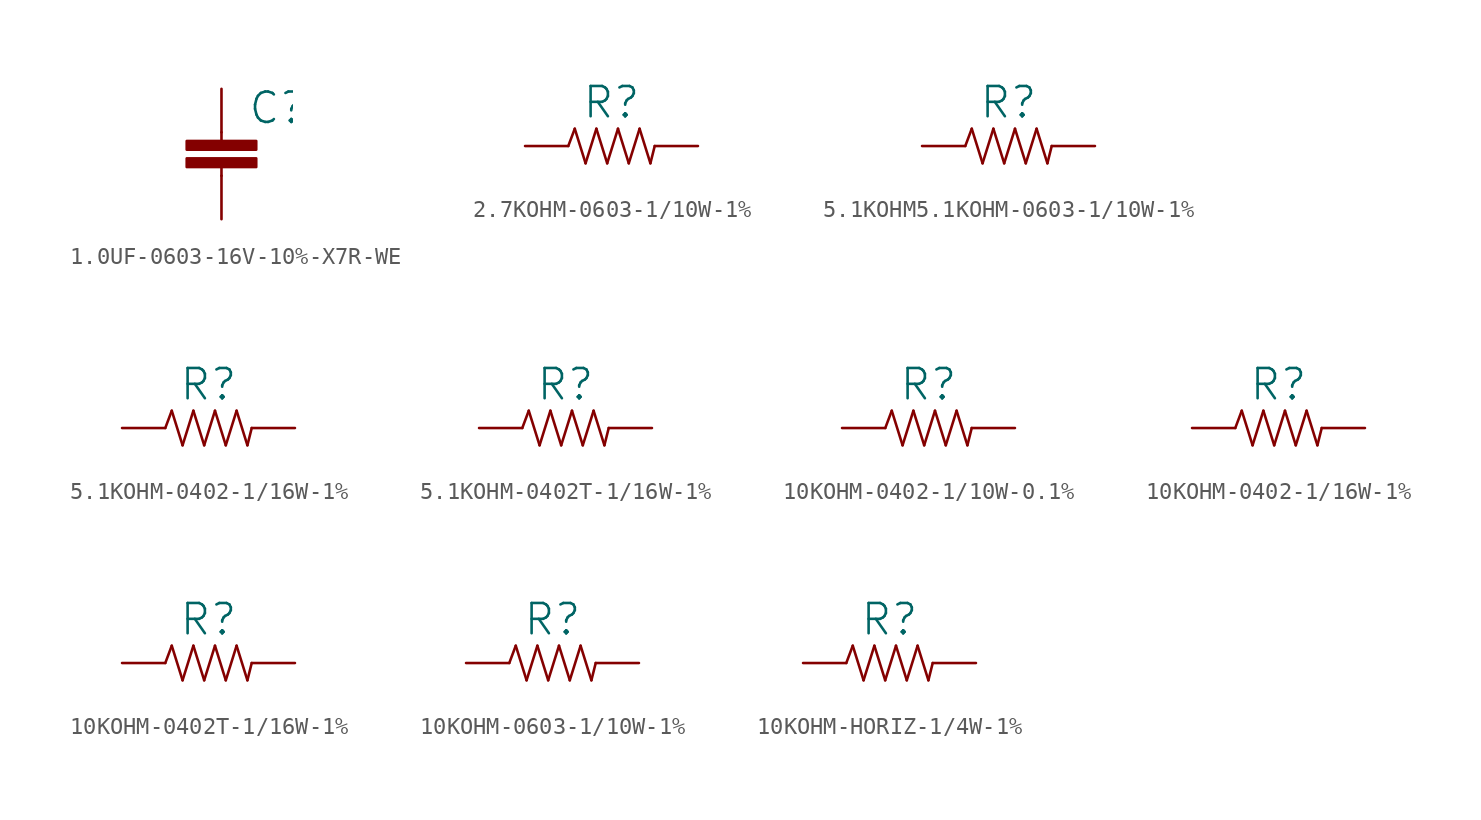
<source format=kicad_sym>
(kicad_symbol_lib
  (version 20220914)
  (generator kicad_symbol_editor)
  (symbol "1.0UF-0603-16V-10%-X7R-WE"
    (property "Reference" "C"
      (at 1.524 2.921 0)
      (effects (font (size 1.778 1.778)) (justify left bottom)))
    (property "Value" ""
      (at 1.524 -2.159 0)
      (effects (font (size 1.778 1.778)) (justify left bottom)))
    (property "ki_locked" ""
      (at 0 0 0)
      (effects (font (size 1.27 1.27))))
    (symbol "1.0UF-0603-16V-10%-X7R-WE_1_0"
      (rectangle (start -2.032 0.508) (end 2.032 1.016) (stroke (width 0) (type default)) (fill (type outline)))
      (rectangle (start -2.032 1.524) (end 2.032 2.032) (stroke (width 0) (type default)) (fill (type outline)))
      (polyline (pts (xy 0 0) (xy 0 0.508)) (stroke (width 0.152) (type solid)) (fill (type none)))
      (polyline (pts (xy 0 2.54) (xy 0 2.032)) (stroke (width 0.152) (type solid)) (fill (type none)))
      (pin passive line (at 0 5.08 270) (length 2.54) (name "1" (effects (font (size 0 0)))) (number "1" (effects (font (size 0 0)))))
      (pin passive line (at 0 -2.54 90) (length 2.54) (name "2" (effects (font (size 0 0)))) (number "2" (effects (font (size 0 0)))))))
  (symbol "2.7KOHM-0603-1/10W-1%"
    (property "Reference" "R"
      (at 0 1.524 0)
      (effects (font (size 1.778 1.778)) (justify bottom)))
    (property "Value" ""
      (at 0 -1.524 0)
      (effects (font (size 1.778 1.778)) (justify top)))
    (property "ki_locked" ""
      (at 0 0 0)
      (effects (font (size 1.27 1.27))))
    (symbol "2.7KOHM-0603-1/10W-1%_1_0"
      (polyline (pts (xy -2.54 0) (xy -2.159 1.016)) (stroke (width 0.152) (type solid)) (fill (type none)))
      (polyline (pts (xy -2.159 1.016) (xy -1.524 -1.016)) (stroke (width 0.152) (type solid)) (fill (type none)))
      (polyline (pts (xy -1.524 -1.016) (xy -0.889 1.016)) (stroke (width 0.152) (type solid)) (fill (type none)))
      (polyline (pts (xy -0.889 1.016) (xy -0.254 -1.016)) (stroke (width 0.152) (type solid)) (fill (type none)))
      (polyline (pts (xy -0.254 -1.016) (xy 0.381 1.016)) (stroke (width 0.152) (type solid)) (fill (type none)))
      (polyline (pts (xy 0.381 1.016) (xy 1.016 -1.016)) (stroke (width 0.152) (type solid)) (fill (type none)))
      (polyline (pts (xy 1.016 -1.016) (xy 1.651 1.016)) (stroke (width 0.152) (type solid)) (fill (type none)))
      (polyline (pts (xy 1.651 1.016) (xy 2.286 -1.016)) (stroke (width 0.152) (type solid)) (fill (type none)))
      (polyline (pts (xy 2.286 -1.016) (xy 2.54 0)) (stroke (width 0.152) (type solid)) (fill (type none)))
      (pin passive line (at -5.08 0 0) (length 2.54) (name "1" (effects (font (size 0 0)))) (number "1" (effects (font (size 0 0)))))
      (pin passive line (at 5.08 0 180) (length 2.54) (name "2" (effects (font (size 0 0)))) (number "2" (effects (font (size 0 0)))))))
  (symbol "5.1KOHM5.1KOHM-0603-1/10W-1%"
    (property "Reference" "R"
      (at 0 1.524 0)
      (effects (font (size 1.778 1.778)) (justify bottom)))
    (property "Value" ""
      (at 0 -1.524 0)
      (effects (font (size 1.778 1.778)) (justify top)))
    (property "ki_locked" ""
      (at 0 0 0)
      (effects (font (size 1.27 1.27))))
    (symbol "5.1KOHM5.1KOHM-0603-1/10W-1%_1_0"
      (polyline (pts (xy -2.54 0) (xy -2.159 1.016)) (stroke (width 0.152) (type solid)) (fill (type none)))
      (polyline (pts (xy -2.159 1.016) (xy -1.524 -1.016)) (stroke (width 0.152) (type solid)) (fill (type none)))
      (polyline (pts (xy -1.524 -1.016) (xy -0.889 1.016)) (stroke (width 0.152) (type solid)) (fill (type none)))
      (polyline (pts (xy -0.889 1.016) (xy -0.254 -1.016)) (stroke (width 0.152) (type solid)) (fill (type none)))
      (polyline (pts (xy -0.254 -1.016) (xy 0.381 1.016)) (stroke (width 0.152) (type solid)) (fill (type none)))
      (polyline (pts (xy 0.381 1.016) (xy 1.016 -1.016)) (stroke (width 0.152) (type solid)) (fill (type none)))
      (polyline (pts (xy 1.016 -1.016) (xy 1.651 1.016)) (stroke (width 0.152) (type solid)) (fill (type none)))
      (polyline (pts (xy 1.651 1.016) (xy 2.286 -1.016)) (stroke (width 0.152) (type solid)) (fill (type none)))
      (polyline (pts (xy 2.286 -1.016) (xy 2.54 0)) (stroke (width 0.152) (type solid)) (fill (type none)))
      (pin passive line (at -5.08 0 0) (length 2.54) (name "1" (effects (font (size 0 0)))) (number "1" (effects (font (size 0 0)))))
      (pin passive line (at 5.08 0 180) (length 2.54) (name "2" (effects (font (size 0 0)))) (number "2" (effects (font (size 0 0)))))))
  (symbol "5.1KOHM-0402-1/16W-1%"
    (property "Reference" "R"
      (at 0 1.524 0)
      (effects (font (size 1.778 1.778)) (justify bottom)))
    (property "Value" ""
      (at 0 -1.524 0)
      (effects (font (size 1.778 1.778)) (justify top)))
    (property "ki_locked" ""
      (at 0 0 0)
      (effects (font (size 1.27 1.27))))
    (symbol "5.1KOHM-0402-1/16W-1%_1_0"
      (polyline (pts (xy -2.54 0) (xy -2.159 1.016)) (stroke (width 0.152) (type solid)) (fill (type none)))
      (polyline (pts (xy -2.159 1.016) (xy -1.524 -1.016)) (stroke (width 0.152) (type solid)) (fill (type none)))
      (polyline (pts (xy -1.524 -1.016) (xy -0.889 1.016)) (stroke (width 0.152) (type solid)) (fill (type none)))
      (polyline (pts (xy -0.889 1.016) (xy -0.254 -1.016)) (stroke (width 0.152) (type solid)) (fill (type none)))
      (polyline (pts (xy -0.254 -1.016) (xy 0.381 1.016)) (stroke (width 0.152) (type solid)) (fill (type none)))
      (polyline (pts (xy 0.381 1.016) (xy 1.016 -1.016)) (stroke (width 0.152) (type solid)) (fill (type none)))
      (polyline (pts (xy 1.016 -1.016) (xy 1.651 1.016)) (stroke (width 0.152) (type solid)) (fill (type none)))
      (polyline (pts (xy 1.651 1.016) (xy 2.286 -1.016)) (stroke (width 0.152) (type solid)) (fill (type none)))
      (polyline (pts (xy 2.286 -1.016) (xy 2.54 0)) (stroke (width 0.152) (type solid)) (fill (type none)))
      (pin passive line (at -5.08 0 0) (length 2.54) (name "1" (effects (font (size 0 0)))) (number "1" (effects (font (size 0 0)))))
      (pin passive line (at 5.08 0 180) (length 2.54) (name "2" (effects (font (size 0 0)))) (number "2" (effects (font (size 0 0)))))))
  (symbol "5.1KOHM-0402T-1/16W-1%"
    (property "Reference" "R"
      (at 0 1.524 0)
      (effects (font (size 1.778 1.778)) (justify bottom)))
    (property "Value" ""
      (at 0 -1.524 0)
      (effects (font (size 1.778 1.778)) (justify top)))
    (property "ki_locked" ""
      (at 0 0 0)
      (effects (font (size 1.27 1.27))))
    (symbol "5.1KOHM-0402T-1/16W-1%_1_0"
      (polyline (pts (xy -2.54 0) (xy -2.159 1.016)) (stroke (width 0.152) (type solid)) (fill (type none)))
      (polyline (pts (xy -2.159 1.016) (xy -1.524 -1.016)) (stroke (width 0.152) (type solid)) (fill (type none)))
      (polyline (pts (xy -1.524 -1.016) (xy -0.889 1.016)) (stroke (width 0.152) (type solid)) (fill (type none)))
      (polyline (pts (xy -0.889 1.016) (xy -0.254 -1.016)) (stroke (width 0.152) (type solid)) (fill (type none)))
      (polyline (pts (xy -0.254 -1.016) (xy 0.381 1.016)) (stroke (width 0.152) (type solid)) (fill (type none)))
      (polyline (pts (xy 0.381 1.016) (xy 1.016 -1.016)) (stroke (width 0.152) (type solid)) (fill (type none)))
      (polyline (pts (xy 1.016 -1.016) (xy 1.651 1.016)) (stroke (width 0.152) (type solid)) (fill (type none)))
      (polyline (pts (xy 1.651 1.016) (xy 2.286 -1.016)) (stroke (width 0.152) (type solid)) (fill (type none)))
      (polyline (pts (xy 2.286 -1.016) (xy 2.54 0)) (stroke (width 0.152) (type solid)) (fill (type none)))
      (pin passive line (at -5.08 0 0) (length 2.54) (name "1" (effects (font (size 0 0)))) (number "1" (effects (font (size 0 0)))))
      (pin passive line (at 5.08 0 180) (length 2.54) (name "2" (effects (font (size 0 0)))) (number "2" (effects (font (size 0 0)))))))
  (symbol "10KOHM-0402-1/10W-0.1%"
    (property "Reference" "R"
      (at 0 1.524 0)
      (effects (font (size 1.778 1.778)) (justify bottom)))
    (property "Value" ""
      (at 0 -1.524 0)
      (effects (font (size 1.778 1.778)) (justify top)))
    (property "ki_locked" ""
      (at 0 0 0)
      (effects (font (size 1.27 1.27))))
    (symbol "10KOHM-0402-1/10W-0.1%_1_0"
      (polyline (pts (xy -2.54 0) (xy -2.159 1.016)) (stroke (width 0.152) (type solid)) (fill (type none)))
      (polyline (pts (xy -2.159 1.016) (xy -1.524 -1.016)) (stroke (width 0.152) (type solid)) (fill (type none)))
      (polyline (pts (xy -1.524 -1.016) (xy -0.889 1.016)) (stroke (width 0.152) (type solid)) (fill (type none)))
      (polyline (pts (xy -0.889 1.016) (xy -0.254 -1.016)) (stroke (width 0.152) (type solid)) (fill (type none)))
      (polyline (pts (xy -0.254 -1.016) (xy 0.381 1.016)) (stroke (width 0.152) (type solid)) (fill (type none)))
      (polyline (pts (xy 0.381 1.016) (xy 1.016 -1.016)) (stroke (width 0.152) (type solid)) (fill (type none)))
      (polyline (pts (xy 1.016 -1.016) (xy 1.651 1.016)) (stroke (width 0.152) (type solid)) (fill (type none)))
      (polyline (pts (xy 1.651 1.016) (xy 2.286 -1.016)) (stroke (width 0.152) (type solid)) (fill (type none)))
      (polyline (pts (xy 2.286 -1.016) (xy 2.54 0)) (stroke (width 0.152) (type solid)) (fill (type none)))
      (pin passive line (at -5.08 0 0) (length 2.54) (name "1" (effects (font (size 0 0)))) (number "1" (effects (font (size 0 0)))))
      (pin passive line (at 5.08 0 180) (length 2.54) (name "2" (effects (font (size 0 0)))) (number "2" (effects (font (size 0 0)))))))
  (symbol "10KOHM-0402-1/16W-1%"
    (property "Reference" "R"
      (at 0 1.524 0)
      (effects (font (size 1.778 1.778)) (justify bottom)))
    (property "Value" ""
      (at 0 -1.524 0)
      (effects (font (size 1.778 1.778)) (justify top)))
    (property "ki_locked" ""
      (at 0 0 0)
      (effects (font (size 1.27 1.27))))
    (symbol "10KOHM-0402-1/16W-1%_1_0"
      (polyline (pts (xy -2.54 0) (xy -2.159 1.016)) (stroke (width 0.152) (type solid)) (fill (type none)))
      (polyline (pts (xy -2.159 1.016) (xy -1.524 -1.016)) (stroke (width 0.152) (type solid)) (fill (type none)))
      (polyline (pts (xy -1.524 -1.016) (xy -0.889 1.016)) (stroke (width 0.152) (type solid)) (fill (type none)))
      (polyline (pts (xy -0.889 1.016) (xy -0.254 -1.016)) (stroke (width 0.152) (type solid)) (fill (type none)))
      (polyline (pts (xy -0.254 -1.016) (xy 0.381 1.016)) (stroke (width 0.152) (type solid)) (fill (type none)))
      (polyline (pts (xy 0.381 1.016) (xy 1.016 -1.016)) (stroke (width 0.152) (type solid)) (fill (type none)))
      (polyline (pts (xy 1.016 -1.016) (xy 1.651 1.016)) (stroke (width 0.152) (type solid)) (fill (type none)))
      (polyline (pts (xy 1.651 1.016) (xy 2.286 -1.016)) (stroke (width 0.152) (type solid)) (fill (type none)))
      (polyline (pts (xy 2.286 -1.016) (xy 2.54 0)) (stroke (width 0.152) (type solid)) (fill (type none)))
      (pin passive line (at -5.08 0 0) (length 2.54) (name "1" (effects (font (size 0 0)))) (number "1" (effects (font (size 0 0)))))
      (pin passive line (at 5.08 0 180) (length 2.54) (name "2" (effects (font (size 0 0)))) (number "2" (effects (font (size 0 0)))))))
  (symbol "10KOHM-0402T-1/16W-1%"
    (property "Reference" "R"
      (at 0 1.524 0)
      (effects (font (size 1.778 1.778)) (justify bottom)))
    (property "Value" ""
      (at 0 -1.524 0)
      (effects (font (size 1.778 1.778)) (justify top)))
    (property "ki_locked" ""
      (at 0 0 0)
      (effects (font (size 1.27 1.27))))
    (symbol "10KOHM-0402T-1/16W-1%_1_0"
      (polyline (pts (xy -2.54 0) (xy -2.159 1.016)) (stroke (width 0.152) (type solid)) (fill (type none)))
      (polyline (pts (xy -2.159 1.016) (xy -1.524 -1.016)) (stroke (width 0.152) (type solid)) (fill (type none)))
      (polyline (pts (xy -1.524 -1.016) (xy -0.889 1.016)) (stroke (width 0.152) (type solid)) (fill (type none)))
      (polyline (pts (xy -0.889 1.016) (xy -0.254 -1.016)) (stroke (width 0.152) (type solid)) (fill (type none)))
      (polyline (pts (xy -0.254 -1.016) (xy 0.381 1.016)) (stroke (width 0.152) (type solid)) (fill (type none)))
      (polyline (pts (xy 0.381 1.016) (xy 1.016 -1.016)) (stroke (width 0.152) (type solid)) (fill (type none)))
      (polyline (pts (xy 1.016 -1.016) (xy 1.651 1.016)) (stroke (width 0.152) (type solid)) (fill (type none)))
      (polyline (pts (xy 1.651 1.016) (xy 2.286 -1.016)) (stroke (width 0.152) (type solid)) (fill (type none)))
      (polyline (pts (xy 2.286 -1.016) (xy 2.54 0)) (stroke (width 0.152) (type solid)) (fill (type none)))
      (pin passive line (at -5.08 0 0) (length 2.54) (name "1" (effects (font (size 0 0)))) (number "1" (effects (font (size 0 0)))))
      (pin passive line (at 5.08 0 180) (length 2.54) (name "2" (effects (font (size 0 0)))) (number "2" (effects (font (size 0 0)))))))
  (symbol "10KOHM-0603-1/10W-1%"
    (property "Reference" "R"
      (at 0 1.524 0)
      (effects (font (size 1.778 1.778)) (justify bottom)))
    (property "Value" ""
      (at 0 -1.524 0)
      (effects (font (size 1.778 1.778)) (justify top)))
    (property "ki_locked" ""
      (at 0 0 0)
      (effects (font (size 1.27 1.27))))
    (symbol "10KOHM-0603-1/10W-1%_1_0"
      (polyline (pts (xy -2.54 0) (xy -2.159 1.016)) (stroke (width 0.152) (type solid)) (fill (type none)))
      (polyline (pts (xy -2.159 1.016) (xy -1.524 -1.016)) (stroke (width 0.152) (type solid)) (fill (type none)))
      (polyline (pts (xy -1.524 -1.016) (xy -0.889 1.016)) (stroke (width 0.152) (type solid)) (fill (type none)))
      (polyline (pts (xy -0.889 1.016) (xy -0.254 -1.016)) (stroke (width 0.152) (type solid)) (fill (type none)))
      (polyline (pts (xy -0.254 -1.016) (xy 0.381 1.016)) (stroke (width 0.152) (type solid)) (fill (type none)))
      (polyline (pts (xy 0.381 1.016) (xy 1.016 -1.016)) (stroke (width 0.152) (type solid)) (fill (type none)))
      (polyline (pts (xy 1.016 -1.016) (xy 1.651 1.016)) (stroke (width 0.152) (type solid)) (fill (type none)))
      (polyline (pts (xy 1.651 1.016) (xy 2.286 -1.016)) (stroke (width 0.152) (type solid)) (fill (type none)))
      (polyline (pts (xy 2.286 -1.016) (xy 2.54 0)) (stroke (width 0.152) (type solid)) (fill (type none)))
      (pin passive line (at -5.08 0 0) (length 2.54) (name "1" (effects (font (size 0 0)))) (number "1" (effects (font (size 0 0)))))
      (pin passive line (at 5.08 0 180) (length 2.54) (name "2" (effects (font (size 0 0)))) (number "2" (effects (font (size 0 0)))))))
  (symbol "10KOHM-HORIZ-1/4W-1%"
    (property "Reference" "R"
      (at 0 1.524 0)
      (effects (font (size 1.778 1.778)) (justify bottom)))
    (property "Value" ""
      (at 0 -1.524 0)
      (effects (font (size 1.778 1.778)) (justify top)))
    (property "ki_locked" ""
      (at 0 0 0)
      (effects (font (size 1.27 1.27))))
    (symbol "10KOHM-HORIZ-1/4W-1%_1_0"
      (polyline (pts (xy -2.54 0) (xy -2.159 1.016)) (stroke (width 0.152) (type solid)) (fill (type none)))
      (polyline (pts (xy -2.159 1.016) (xy -1.524 -1.016)) (stroke (width 0.152) (type solid)) (fill (type none)))
      (polyline (pts (xy -1.524 -1.016) (xy -0.889 1.016)) (stroke (width 0.152) (type solid)) (fill (type none)))
      (polyline (pts (xy -0.889 1.016) (xy -0.254 -1.016)) (stroke (width 0.152) (type solid)) (fill (type none)))
      (polyline (pts (xy -0.254 -1.016) (xy 0.381 1.016)) (stroke (width 0.152) (type solid)) (fill (type none)))
      (polyline (pts (xy 0.381 1.016) (xy 1.016 -1.016)) (stroke (width 0.152) (type solid)) (fill (type none)))
      (polyline (pts (xy 1.016 -1.016) (xy 1.651 1.016)) (stroke (width 0.152) (type solid)) (fill (type none)))
      (polyline (pts (xy 1.651 1.016) (xy 2.286 -1.016)) (stroke (width 0.152) (type solid)) (fill (type none)))
      (polyline (pts (xy 2.286 -1.016) (xy 2.54 0)) (stroke (width 0.152) (type solid)) (fill (type none)))
      (pin passive line (at -5.08 0 0) (length 2.54) (name "1" (effects (font (size 0 0)))) (number "P$1" (effects (font (size 0 0)))))
      (pin passive line (at 5.08 0 180) (length 2.54) (name "2" (effects (font (size 0 0)))) (number "P$2" (effects (font (size 0 0))))))))
</source>
